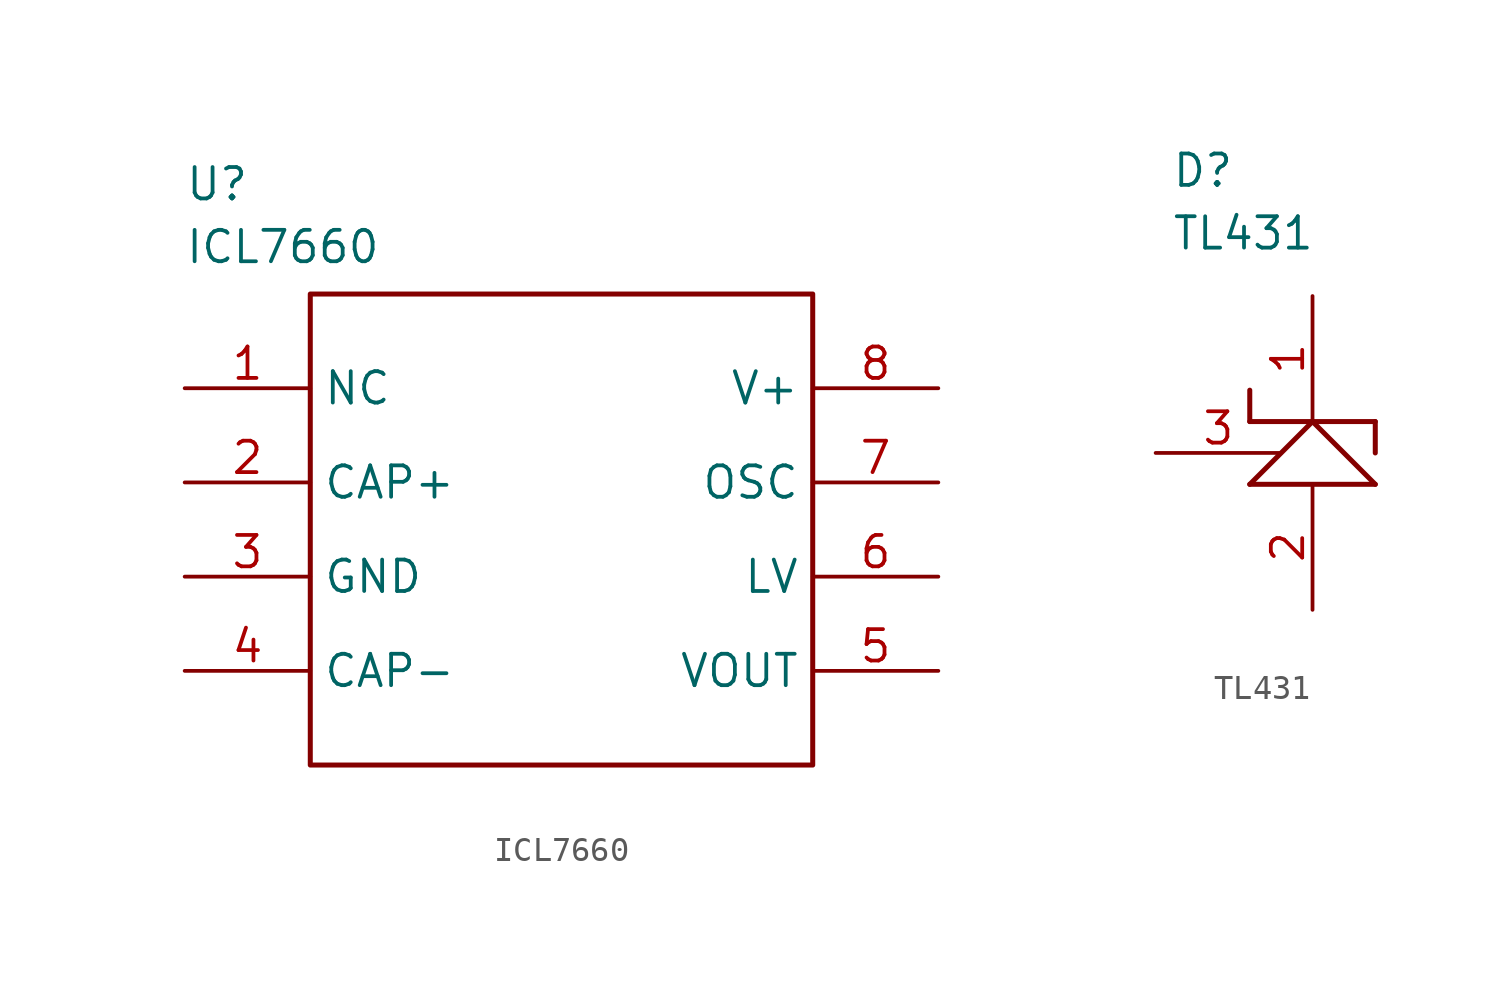
<source format=kicad_sym>
(kicad_symbol_lib
  (version 20211014)
  (generator kicad_symbol_editor)
  (symbol "ICL7660"
    (property "Reference" "U"
      (at -15.24 14.605 0)
      (effects (font (size 1.27 1.27)) (justify left)))
    (property "Value" "ICL7660"
      (at -15.24 12.065 0)
      (effects (font (size 1.27 1.27)) (justify left)))
    (property "ki_locked" ""
      (at 0 0 0)
      (effects (font (size 1.27 1.27))))
    (symbol "ICL7660_0_0"
      (rectangle (start -10.16 10.16) (end 10.16 -8.89) (stroke (width 0.203) (type default) (color 0 0 0 0)) (fill (type none))))
    (symbol "ICL7660_1_0"
      (pin unspecified line (at -15.24 6.35 0) (length 5.08) (name "NC" (effects (font (size 1.27 1.27)))) (number "1" (effects (font (size 1.27 1.27)))))
      (pin unspecified line (at -15.24 2.54 0) (length 5.08) (name "CAP+" (effects (font (size 1.27 1.27)))) (number "2" (effects (font (size 1.27 1.27)))))
      (pin unspecified line (at -15.24 -1.27 0) (length 5.08) (name "GND" (effects (font (size 1.27 1.27)))) (number "3" (effects (font (size 1.27 1.27)))))
      (pin unspecified line (at -15.24 -5.08 0) (length 5.08) (name "CAP-" (effects (font (size 1.27 1.27)))) (number "4" (effects (font (size 1.27 1.27)))))
      (pin unspecified line (at 15.24 -5.08 180) (length 5.08) (name "VOUT" (effects (font (size 1.27 1.27)))) (number "5" (effects (font (size 1.27 1.27)))))
      (pin unspecified line (at 15.24 -1.27 180) (length 5.08) (name "LV" (effects (font (size 1.27 1.27)))) (number "6" (effects (font (size 1.27 1.27)))))
      (pin unspecified line (at 15.24 2.54 180) (length 5.08) (name "OSC" (effects (font (size 1.27 1.27)))) (number "7" (effects (font (size 1.27 1.27)))))
      (pin unspecified line (at 15.24 6.35 180) (length 5.08) (name "V+" (effects (font (size 1.27 1.27)))) (number "8" (effects (font (size 1.27 1.27)))))))
  (symbol "TL431"
    (property "Reference" "D"
      (at -4.445 11.43 0)
      (effects (font (size 1.27 1.27)) (justify left)))
    (property "Value" "TL431"
      (at -4.445 8.89 0)
      (effects (font (size 1.27 1.27)) (justify left)))
    (property "ki_locked" ""
      (at 0 0 0)
      (effects (font (size 1.27 1.27))))
    (symbol "TL431_0_0"
      (polyline (pts (xy -1.27 -1.27) (xy 3.81 -1.27)) (stroke (width 0.203) (type default) (color 0 0 0 0)) (fill (type none)))
      (polyline (pts (xy -1.27 1.27) (xy -1.27 2.54)) (stroke (width 0.203) (type default) (color 0 0 0 0)) (fill (type none)))
      (polyline (pts (xy -1.27 1.27) (xy 3.81 1.27)) (stroke (width 0.203) (type default) (color 0 0 0 0)) (fill (type none)))
      (polyline (pts (xy 1.27 1.27) (xy -1.27 -1.27)) (stroke (width 0.203) (type default) (color 0 0 0 0)) (fill (type none)))
      (polyline (pts (xy 3.81 -1.27) (xy 1.27 1.27)) (stroke (width 0.203) (type default) (color 0 0 0 0)) (fill (type none)))
      (polyline (pts (xy 3.81 1.27) (xy 3.81 0)) (stroke (width 0.203) (type default) (color 0 0 0 0)) (fill (type none))))
    (symbol "TL431_1_0"
      (pin unspecified line (at 1.27 6.35 270) (length 5.08) (name "~" (effects (font (size 1.27 1.27)))) (number "1" (effects (font (size 1.27 1.27)))))
      (pin unspecified line (at 1.27 -6.35 90) (length 5.08) (name "~" (effects (font (size 1.27 1.27)))) (number "2" (effects (font (size 1.27 1.27)))))
      (pin unspecified line (at -5.08 0 0) (length 5.08) (name "~" (effects (font (size 1.27 1.27)))) (number "3" (effects (font (size 1.27 1.27))))))))
</source>
